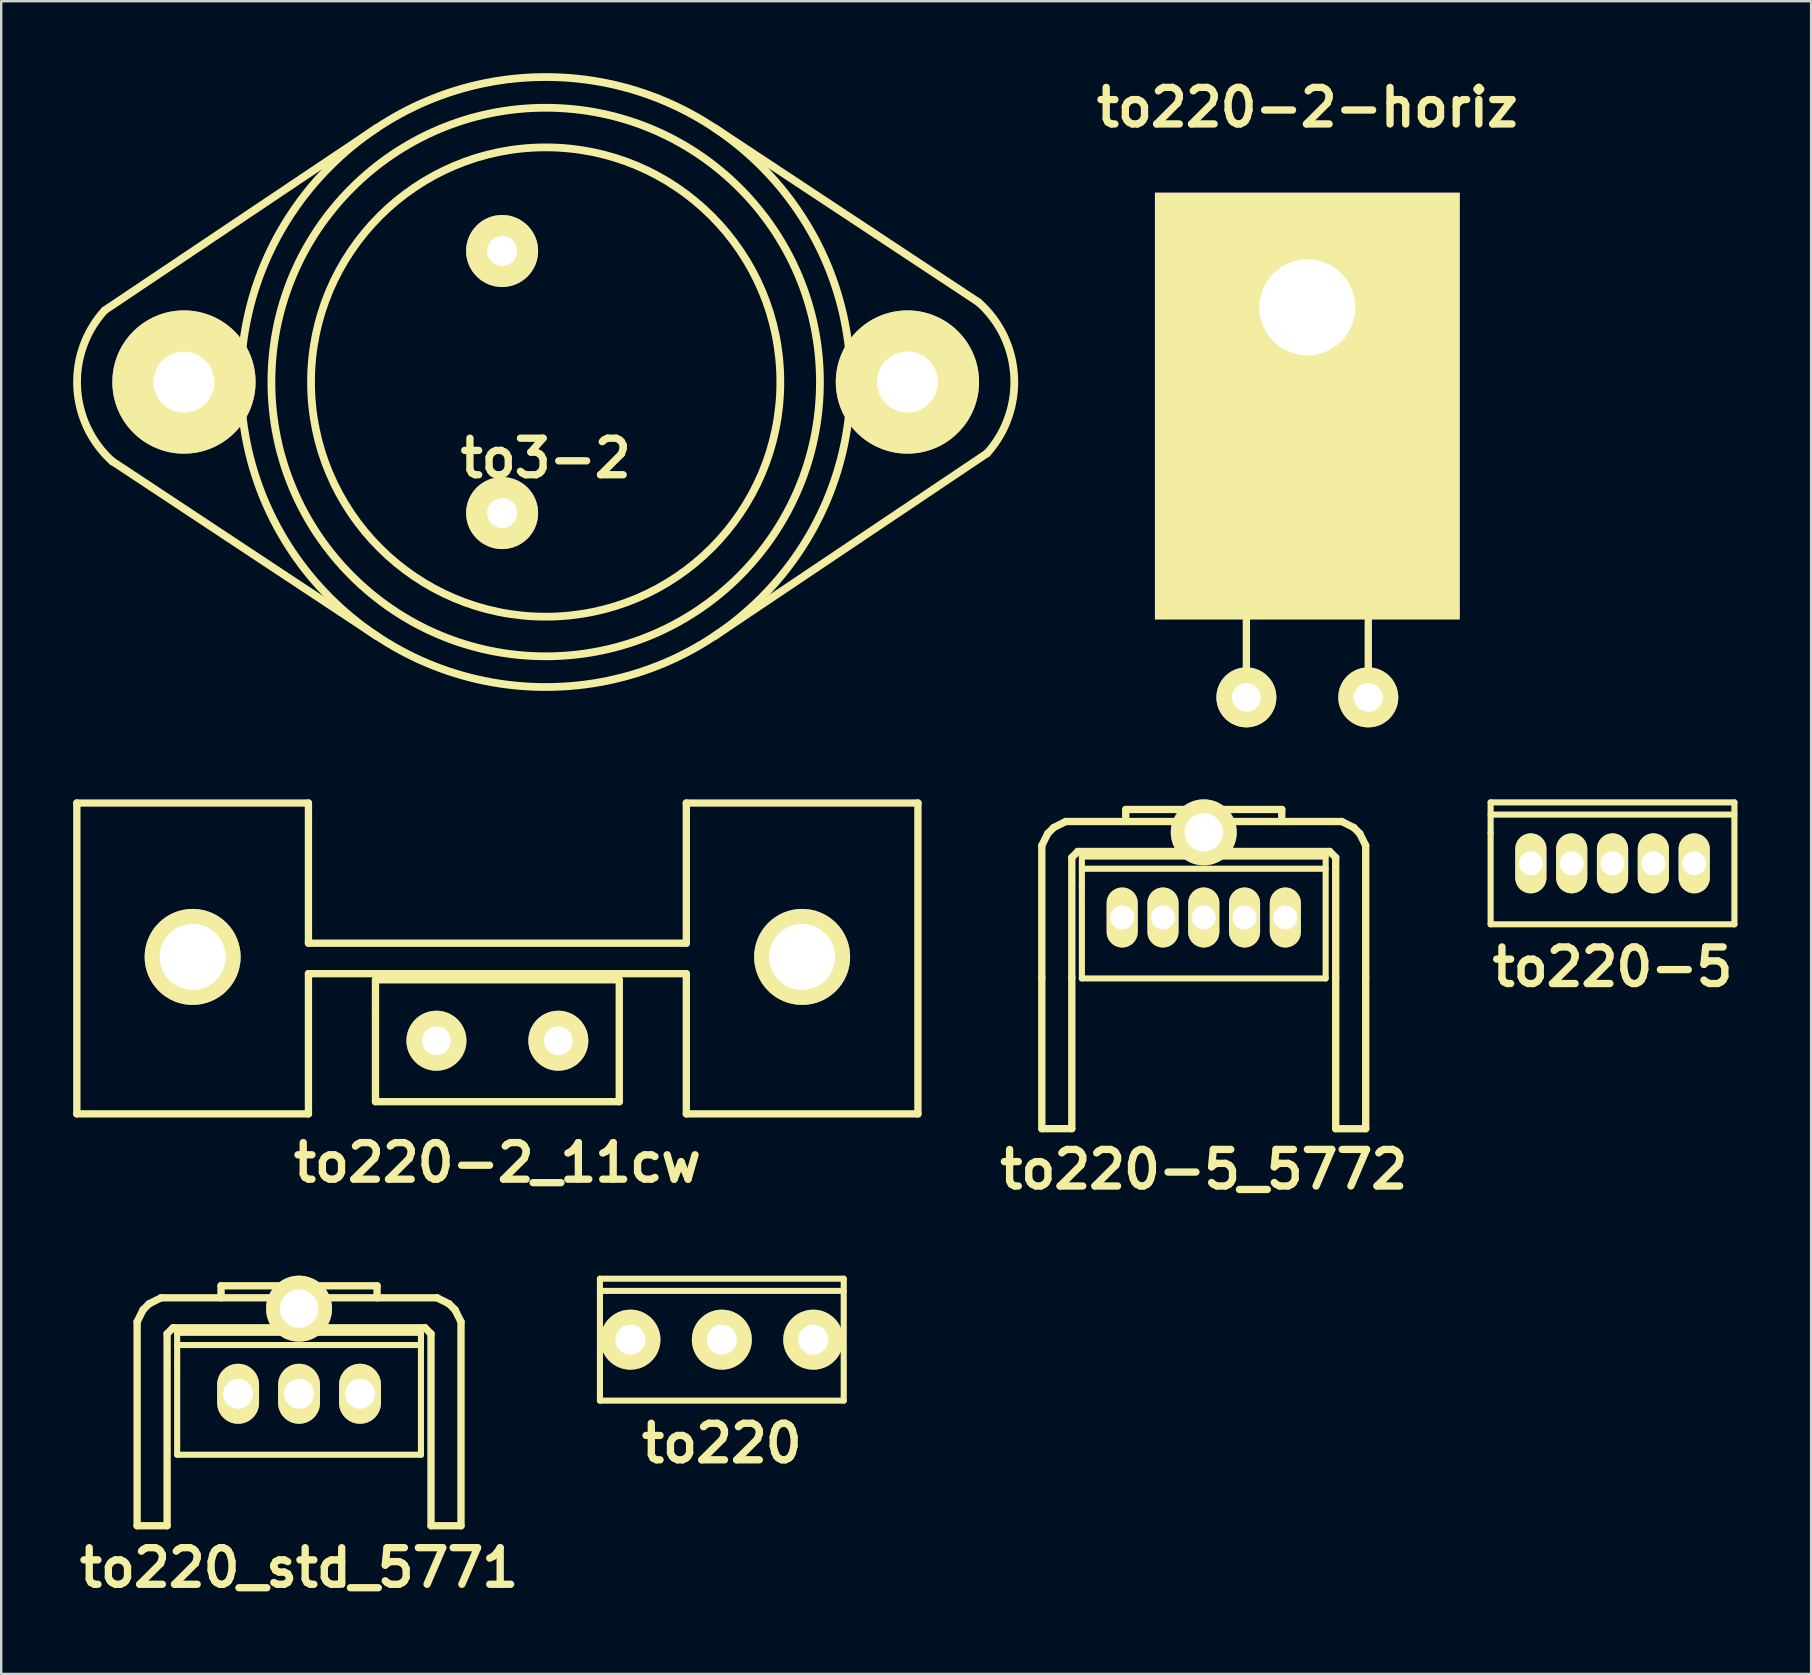
<source format=kicad_pcb>
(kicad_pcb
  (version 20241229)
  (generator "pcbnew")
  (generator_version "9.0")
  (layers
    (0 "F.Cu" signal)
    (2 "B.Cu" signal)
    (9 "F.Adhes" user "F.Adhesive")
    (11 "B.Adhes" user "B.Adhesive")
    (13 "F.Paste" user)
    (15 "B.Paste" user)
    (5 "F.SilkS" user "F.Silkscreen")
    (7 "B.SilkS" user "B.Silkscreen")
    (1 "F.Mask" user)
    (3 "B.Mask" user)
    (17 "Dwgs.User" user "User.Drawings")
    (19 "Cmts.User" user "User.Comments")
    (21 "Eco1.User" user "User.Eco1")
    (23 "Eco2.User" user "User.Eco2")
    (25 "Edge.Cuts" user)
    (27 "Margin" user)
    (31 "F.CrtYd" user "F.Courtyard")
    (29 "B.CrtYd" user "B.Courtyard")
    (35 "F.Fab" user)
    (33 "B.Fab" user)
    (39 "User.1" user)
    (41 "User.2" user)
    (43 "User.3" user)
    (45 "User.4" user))
  (footprint "to220-2_11cw"
    (layer "F.Cu")
    (at 17.678 40.322)
    (property "Reference" "to220-2_11cw" (at 0 5.08 0) (layer "F.SilkS") (effects (font (size 1.524 1.524) (thickness 0.305))))
    (attr through_hole)
    (fp_line (start -17.526 -9.906) (end -17.526 3.048) (stroke (width 0.305) (type solid)) (layer "F.SilkS"))
    (fp_line (start -17.526 3.048) (end -7.874 3.048) (stroke (width 0.305) (type solid)) (layer "F.SilkS"))
    (fp_line (start -7.874 -9.906) (end -17.526 -9.906) (stroke (width 0.305) (type solid)) (layer "F.SilkS"))
    (fp_line (start -7.874 -9.906) (end -7.874 -4.064) (stroke (width 0.305) (type solid)) (layer "F.SilkS"))
    (fp_line (start -7.874 -2.794) (end -7.874 3.048) (stroke (width 0.305) (type solid)) (layer "F.SilkS"))
    (fp_line (start -7.874 -2.794) (end 7.874 -2.794) (stroke (width 0.305) (type solid)) (layer "F.SilkS"))
    (fp_line (start -5.08 -2.54) (end -5.08 -1.27) (stroke (width 0.305) (type solid)) (layer "F.SilkS"))
    (fp_line (start -5.08 -1.27) (end -5.08 2.54) (stroke (width 0.305) (type solid)) (layer "F.SilkS"))
    (fp_line (start -5.08 2.54) (end 5.08 2.54) (stroke (width 0.305) (type solid)) (layer "F.SilkS"))
    (fp_line (start 5.08 -2.54) (end -5.08 -2.54) (stroke (width 0.305) (type solid)) (layer "F.SilkS"))
    (fp_line (start 5.08 2.54) (end 5.08 -2.54) (stroke (width 0.305) (type solid)) (layer "F.SilkS"))
    (fp_line (start 7.874 -9.906) (end 7.874 -4.064) (stroke (width 0.305) (type solid)) (layer "F.SilkS"))
    (fp_line (start 7.874 -4.064) (end -7.874 -4.064) (stroke (width 0.305) (type solid)) (layer "F.SilkS"))
    (fp_line (start 7.874 3.048) (end 7.874 -2.794) (stroke (width 0.305) (type solid)) (layer "F.SilkS"))
    (fp_line (start 7.874 3.048) (end 17.526 3.048) (stroke (width 0.305) (type solid)) (layer "F.SilkS"))
    (fp_line (start 17.526 -9.906) (end 7.874 -9.906) (stroke (width 0.305) (type solid)) (layer "F.SilkS"))
    (fp_line (start 17.526 -9.906) (end 17.526 3.048) (stroke (width 0.305) (type solid)) (layer "F.SilkS"))
    (pad "" thru_hole circle (at -12.7 -3.493) (size 4 4) (drill 2.748) (layers "*.Cu" "*.Mask" "F.SilkS"))
    (pad "" thru_hole circle (at 12.7 -3.493) (size 4 4) (drill 2.748) (layers "*.Cu" "*.Mask" "F.SilkS"))
    (pad "1" thru_hole circle (at 2.54 0) (size 2.499 2.499) (drill 1.199) (layers "*.Cu" "*.Mask" "F.SilkS"))
    (pad "2" thru_hole circle (at -2.54 0) (size 2.499 2.499) (drill 1.199) (layers "*.Cu" "*.Mask" "F.SilkS")))
  (footprint "to3-2"
    (layer "F.Cu")
    (at 19.691 12.871)
    (property "Reference" "to3-2" (at 0 3.175 0) (layer "F.SilkS") (effects (font (size 1.524 1.524) (thickness 0.305))))
    (attr through_hole)
    (fp_line (start -18.364 -2.997) (end -7.036 -10.592) (stroke (width 0.323) (type solid)) (layer "F.SilkS"))
    (fp_line (start -18.059 3.302) (end -7.036 10.592) (stroke (width 0.323) (type solid)) (layer "F.SilkS"))
    (fp_line (start 18.034 -3.327) (end 7.036 -10.592) (stroke (width 0.323) (type solid)) (layer "F.SilkS"))
    (fp_line (start 18.39 2.972) (end 7.036 10.592) (stroke (width 0.323) (type solid)) (layer "F.SilkS"))
    (fp_arc (start -18.05432 3.31216) (mid -19.523719 0.235283) (end -18.38706 -2.97942) (stroke (width 0.32258) (type solid)) (layer "F.SilkS"))
    (fp_arc (start 18.05432 -3.31216) (mid 19.523719 -0.235283) (end 18.38706 2.97942) (stroke (width 0.32258) (type solid)) (layer "F.SilkS"))
    (fp_circle (center 0 0) (end -12.7 0.508) (stroke (width 0.323) (type solid)) (fill no) (layer "F.SilkS"))
    (fp_circle (center 0 0) (end -11.43 0) (stroke (width 0.323) (type solid)) (fill no) (layer "F.SilkS"))
    (fp_circle (center 0 0) (end -9.779 0) (stroke (width 0.323) (type solid)) (fill no) (layer "F.SilkS"))
    (pad "1" thru_hole circle (at -1.816 -5.461) (size 3 3) (drill 1.25) (layers "*.Cu" "*.Mask" "F.SilkS"))
    (pad "2" thru_hole circle (at -1.816 5.461) (size 3 3) (drill 1.25) (layers "*.Cu" "*.Mask" "F.SilkS"))
    (pad "3" thru_hole circle (at -15.075 0) (size 5.969 5.969) (drill 2.54) (layers "*.Cu" "*.Mask" "F.SilkS"))
    (pad "3" thru_hole circle (at 15.075 0) (size 5.969 5.969) (drill 2.54) (layers "*.Cu" "*.Mask" "F.SilkS")))
  (footprint "to220-5"
    (layer "F.Cu")
    (at 64.151 32.93)
    (property "Reference" "to220-5" (at 0 4.318 0) (layer "F.SilkS") (effects (font (size 1.524 1.524) (thickness 0.305))))
    (attr through_hole)
    (fp_line (start -5.08 -2.54) (end -5.08 -1.27) (stroke (width 0.254) (type solid)) (layer "F.SilkS"))
    (fp_line (start -5.08 -2.032) (end 5.08 -2.032) (stroke (width 0.254) (type solid)) (layer "F.SilkS"))
    (fp_line (start -5.08 -1.27) (end -5.08 2.54) (stroke (width 0.254) (type solid)) (layer "F.SilkS"))
    (fp_line (start -5.08 2.54) (end 5.08 2.54) (stroke (width 0.254) (type solid)) (layer "F.SilkS"))
    (fp_line (start 5.08 -2.54) (end -5.08 -2.54) (stroke (width 0.254) (type solid)) (layer "F.SilkS"))
    (fp_line (start 5.08 2.54) (end 5.08 -2.54) (stroke (width 0.254) (type solid)) (layer "F.SilkS"))
    (pad "1" thru_hole oval (at 3.404 0) (size 1.3 2.499) (drill 1.001) (layers "*.Cu" "*.Mask" "F.SilkS"))
    (pad "2" thru_hole oval (at 1.702 0) (size 1.3 2.499) (drill 1.001) (layers "*.Cu" "*.Mask" "F.SilkS"))
    (pad "3" thru_hole oval (at 0 0) (size 1.3 2.499) (drill 1.001) (layers "*.Cu" "*.Mask" "F.SilkS"))
    (pad "4" thru_hole oval (at -1.702 0) (size 1.3 2.499) (drill 1.001) (layers "*.Cu" "*.Mask" "F.SilkS"))
    (pad "5" thru_hole oval (at -3.404 0) (size 1.3 2.499) (drill 1.001) (layers "*.Cu" "*.Mask" "F.SilkS")))
  (footprint "to220-2-horiz"
    (layer "F.Cu")
    (at 51.432 16.412)
    (property "Reference" "to220-2-horiz" (at 0 -14.986 0) (layer "F.SilkS") (effects (font (size 1.524 1.524) (thickness 0.305))))
    (attr through_hole)
    (fp_line (start -5.08 -9.906) (end -5.08 5.461) (stroke (width 0.305) (type solid)) (layer "F.SilkS"))
    (fp_line (start -5.08 5.461) (end 5.08 5.461) (stroke (width 0.305) (type solid)) (layer "F.SilkS"))
    (fp_line (start -2.54 9.652) (end -2.54 5.461) (stroke (width 0.305) (type solid)) (layer "F.SilkS"))
    (fp_line (start 2.54 9.652) (end 2.54 5.461) (stroke (width 0.305) (type solid)) (layer "F.SilkS"))
    (fp_line (start 5.08 -9.906) (end -5.08 -9.906) (stroke (width 0.305) (type solid)) (layer "F.SilkS"))
    (fp_line (start 5.08 -3.429) (end -5.08 -3.429) (stroke (width 0.254) (type solid)) (layer "F.SilkS"))
    (fp_line (start 5.08 5.461) (end 5.08 -9.906) (stroke (width 0.305) (type solid)) (layer "F.SilkS"))
    (pad "1" thru_hole circle (at 2.54 9.601) (size 2.499 2.499) (drill 1.199) (layers "*.Cu" "*.Mask" "F.SilkS"))
    (pad "2" thru_hole circle (at -2.54 9.601) (size 2.499 2.499) (drill 1.199) (layers "*.Cu" "*.Mask" "F.SilkS"))
    (pad "3" thru_hole rect (at 0 -6.655) (size 12.7 17.78) (drill 4 (offset 0 4.115)) (layers "F.Cu" "F.Mask" "F.SilkS")))
  (footprint "to220_std_5771"
    (layer "F.Cu")
    (at 9.413 55.035)
    (property "Reference" "to220_std_5771" (at 0 7.249 0) (layer "F.SilkS") (effects (font (size 1.524 1.524) (thickness 0.305))))
    (attr through_hole)
    (fp_line (start -6.749 -3) (end -6.749 5.499) (stroke (width 0.305) (type solid)) (layer "F.SilkS"))
    (fp_line (start -6.749 -3) (end -6.5 -3.5) (stroke (width 0.305) (type solid)) (layer "F.SilkS"))
    (fp_line (start -6.5 -3.5) (end -6.251 -3.749) (stroke (width 0.305) (type solid)) (layer "F.SilkS"))
    (fp_line (start -6.251 -3.749) (end -5.751 -4) (stroke (width 0.305) (type solid)) (layer "F.SilkS"))
    (fp_line (start -5.499 -2.499) (end -5.25 -2.751) (stroke (width 0.305) (type solid)) (layer "F.SilkS"))
    (fp_line (start -5.499 5.499) (end -6.749 5.499) (stroke (width 0.305) (type solid)) (layer "F.SilkS"))
    (fp_line (start -5.499 5.499) (end -5.499 -2.499) (stroke (width 0.305) (type solid)) (layer "F.SilkS"))
    (fp_line (start -5.25 -2.751) (end 5.25 -2.751) (stroke (width 0.305) (type solid)) (layer "F.SilkS"))
    (fp_line (start -5.08 -2.54) (end -5.08 -1.27) (stroke (width 0.254) (type solid)) (layer "F.SilkS"))
    (fp_line (start -5.08 -2.032) (end 5.08 -2.032) (stroke (width 0.254) (type solid)) (layer "F.SilkS"))
    (fp_line (start -5.08 -1.27) (end -5.08 2.54) (stroke (width 0.254) (type solid)) (layer "F.SilkS"))
    (fp_line (start -5.08 2.54) (end 5.08 2.54) (stroke (width 0.254) (type solid)) (layer "F.SilkS"))
    (fp_line (start -3.251 -4.501) (end 3.251 -4.501) (stroke (width 0.305) (type solid)) (layer "F.SilkS"))
    (fp_line (start -3.251 -4) (end -3.251 -4.501) (stroke (width 0.305) (type solid)) (layer "F.SilkS"))
    (fp_line (start 3.251 -4.501) (end 3.251 -4) (stroke (width 0.305) (type solid)) (layer "F.SilkS"))
    (fp_line (start 5.08 -2.54) (end -5.08 -2.54) (stroke (width 0.254) (type solid)) (layer "F.SilkS"))
    (fp_line (start 5.08 2.54) (end 5.08 -2.54) (stroke (width 0.254) (type solid)) (layer "F.SilkS"))
    (fp_line (start 5.25 -2.751) (end 5.499 -2.499) (stroke (width 0.305) (type solid)) (layer "F.SilkS"))
    (fp_line (start 5.499 5.499) (end 5.499 -2.499) (stroke (width 0.305) (type solid)) (layer "F.SilkS"))
    (fp_line (start 5.751 -4) (end -5.751 -4) (stroke (width 0.305) (type solid)) (layer "F.SilkS"))
    (fp_line (start 5.751 -4) (end 6.251 -3.749) (stroke (width 0.305) (type solid)) (layer "F.SilkS"))
    (fp_line (start 6.251 -3.749) (end 6.5 -3.5) (stroke (width 0.305) (type solid)) (layer "F.SilkS"))
    (fp_line (start 6.5 -3.5) (end 6.749 -3) (stroke (width 0.305) (type solid)) (layer "F.SilkS"))
    (fp_line (start 6.749 -3) (end 6.749 5.499) (stroke (width 0.305) (type solid)) (layer "F.SilkS"))
    (fp_line (start 6.749 5.499) (end 5.499 5.499) (stroke (width 0.305) (type solid)) (layer "F.SilkS"))
    (pad "" thru_hole circle (at 0 -3.548) (size 2.748 2.748) (drill 1.598) (layers "*.Cu" "*.Mask" "F.SilkS"))
    (pad "1" thru_hole oval (at 2.54 0) (size 1.745 2.499) (drill 1.25) (layers "*.Cu" "*.Mask" "F.SilkS"))
    (pad "2" thru_hole oval (at 0 0) (size 1.745 2.499) (drill 1.25) (layers "*.Cu" "*.Mask" "F.SilkS"))
    (pad "3" thru_hole oval (at -2.54 0) (size 1.745 2.499) (drill 1.25) (layers "*.Cu" "*.Mask" "F.SilkS")))
  (footprint "to220-5_5772"
    (layer "F.Cu")
    (at 47.116 35.186)
    (property "Reference" "to220-5_5772" (at 0 10.5 0) (layer "F.SilkS") (effects (font (size 1.524 1.524) (thickness 0.305))))
    (attr through_hole)
    (fp_line (start -6.749 -3) (end -6.5 -3.5) (stroke (width 0.305) (type solid)) (layer "F.SilkS"))
    (fp_line (start -6.749 2.499) (end -6.749 -3) (stroke (width 0.305) (type solid)) (layer "F.SilkS"))
    (fp_line (start -6.749 2.499) (end -6.749 8.801) (stroke (width 0.305) (type solid)) (layer "F.SilkS"))
    (fp_line (start -6.5 -3.5) (end -6.251 -3.749) (stroke (width 0.305) (type solid)) (layer "F.SilkS"))
    (fp_line (start -6.251 -3.749) (end -5.751 -4) (stroke (width 0.305) (type solid)) (layer "F.SilkS"))
    (fp_line (start -5.499 -2.499) (end -5.25 -2.751) (stroke (width 0.305) (type solid)) (layer "F.SilkS"))
    (fp_line (start -5.499 2.499) (end -5.499 -2.499) (stroke (width 0.305) (type solid)) (layer "F.SilkS"))
    (fp_line (start -5.499 8.801) (end -6.749 8.801) (stroke (width 0.305) (type solid)) (layer "F.SilkS"))
    (fp_line (start -5.499 8.801) (end -5.499 2.499) (stroke (width 0.305) (type solid)) (layer "F.SilkS"))
    (fp_line (start -5.25 -2.751) (end 5.25 -2.751) (stroke (width 0.305) (type solid)) (layer "F.SilkS"))
    (fp_line (start -5.08 -2.54) (end -5.08 -1.27) (stroke (width 0.254) (type solid)) (layer "F.SilkS"))
    (fp_line (start -5.08 -2.032) (end 5.08 -2.032) (stroke (width 0.254) (type solid)) (layer "F.SilkS"))
    (fp_line (start -5.08 -1.27) (end -5.08 2.54) (stroke (width 0.254) (type solid)) (layer "F.SilkS"))
    (fp_line (start -5.08 2.54) (end 5.08 2.54) (stroke (width 0.254) (type solid)) (layer "F.SilkS"))
    (fp_line (start -3.251 -4.501) (end 3.251 -4.501) (stroke (width 0.305) (type solid)) (layer "F.SilkS"))
    (fp_line (start -3.251 -4) (end -3.251 -4.501) (stroke (width 0.305) (type solid)) (layer "F.SilkS"))
    (fp_line (start 3.251 -4.501) (end 3.251 -4) (stroke (width 0.305) (type solid)) (layer "F.SilkS"))
    (fp_line (start 5.08 -2.54) (end -5.08 -2.54) (stroke (width 0.254) (type solid)) (layer "F.SilkS"))
    (fp_line (start 5.08 2.54) (end 5.08 -2.54) (stroke (width 0.254) (type solid)) (layer "F.SilkS"))
    (fp_line (start 5.25 -2.751) (end 5.499 -2.499) (stroke (width 0.305) (type solid)) (layer "F.SilkS"))
    (fp_line (start 5.499 2.499) (end 5.499 -2.499) (stroke (width 0.305) (type solid)) (layer "F.SilkS"))
    (fp_line (start 5.499 8.801) (end 5.499 2.499) (stroke (width 0.305) (type solid)) (layer "F.SilkS"))
    (fp_line (start 5.751 -4) (end -5.751 -4) (stroke (width 0.305) (type solid)) (layer "F.SilkS"))
    (fp_line (start 5.751 -4) (end 6.251 -3.749) (stroke (width 0.305) (type solid)) (layer "F.SilkS"))
    (fp_line (start 6.251 -3.749) (end 6.5 -3.5) (stroke (width 0.305) (type solid)) (layer "F.SilkS"))
    (fp_line (start 6.5 -3.5) (end 6.749 -3) (stroke (width 0.305) (type solid)) (layer "F.SilkS"))
    (fp_line (start 6.749 2.499) (end 6.749 -3) (stroke (width 0.305) (type solid)) (layer "F.SilkS"))
    (fp_line (start 6.749 2.499) (end 6.749 8.801) (stroke (width 0.305) (type solid)) (layer "F.SilkS"))
    (fp_line (start 6.749 8.804) (end 5.499 8.804) (stroke (width 0.305) (type solid)) (layer "F.SilkS"))
    (pad "" thru_hole circle (at 0 -3.548) (size 2.748 2.748) (drill 1.598) (layers "*.Cu" "*.Mask" "F.SilkS"))
    (pad "1" thru_hole oval (at 3.399 0) (size 1.295 2.499) (drill 0.996) (layers "*.Cu" "*.Mask" "F.SilkS"))
    (pad "2" thru_hole oval (at 1.699 0) (size 1.295 2.499) (drill 0.996) (layers "*.Cu" "*.Mask" "F.SilkS"))
    (pad "3" thru_hole oval (at 0 0) (size 1.298 2.499) (drill 0.998) (layers "*.Cu" "*.Mask" "F.SilkS"))
    (pad "4" thru_hole oval (at -1.699 0) (size 1.295 2.499) (drill 0.996) (layers "*.Cu" "*.Mask" "F.SilkS"))
    (pad "5" thru_hole oval (at -3.399 0) (size 1.295 2.499) (drill 0.996) (layers "*.Cu" "*.Mask" "F.SilkS")))
  (footprint "to220"
    (layer "F.Cu")
    (at 27.032 52.78)
    (property "Reference" "to220" (at 0 4.318 0) (layer "F.SilkS") (effects (font (size 1.524 1.524) (thickness 0.305))))
    (attr through_hole)
    (fp_line (start -5.08 -2.54) (end -5.08 -1.27) (stroke (width 0.254) (type solid)) (layer "F.SilkS"))
    (fp_line (start -5.08 -2.032) (end 5.08 -2.032) (stroke (width 0.254) (type solid)) (layer "F.SilkS"))
    (fp_line (start -5.08 -1.27) (end -5.08 2.54) (stroke (width 0.254) (type solid)) (layer "F.SilkS"))
    (fp_line (start -5.08 2.54) (end 5.08 2.54) (stroke (width 0.254) (type solid)) (layer "F.SilkS"))
    (fp_line (start 5.08 -2.54) (end -5.08 -2.54) (stroke (width 0.254) (type solid)) (layer "F.SilkS"))
    (fp_line (start 5.08 2.54) (end 5.08 -2.54) (stroke (width 0.254) (type solid)) (layer "F.SilkS"))
    (pad "1" thru_hole circle (at 3.81 0) (size 2.499 2.499) (drill 1.25) (layers "*.Cu" "*.Mask" "F.SilkS"))
    (pad "2" thru_hole circle (at 0 0) (size 2.499 2.499) (drill 1.25) (layers "*.Cu" "*.Mask" "F.SilkS"))
    (pad "3" thru_hole circle (at -3.81 0) (size 2.499 2.499) (drill 1.25) (layers "*.Cu" "*.Mask" "F.SilkS")))
  (gr_rect
    (start -3 -3)
    (end 72.427 66.711)
    (stroke (width 0.1) (type default))
    (fill no)
    (layer "Edge.Cuts")))
</source>
